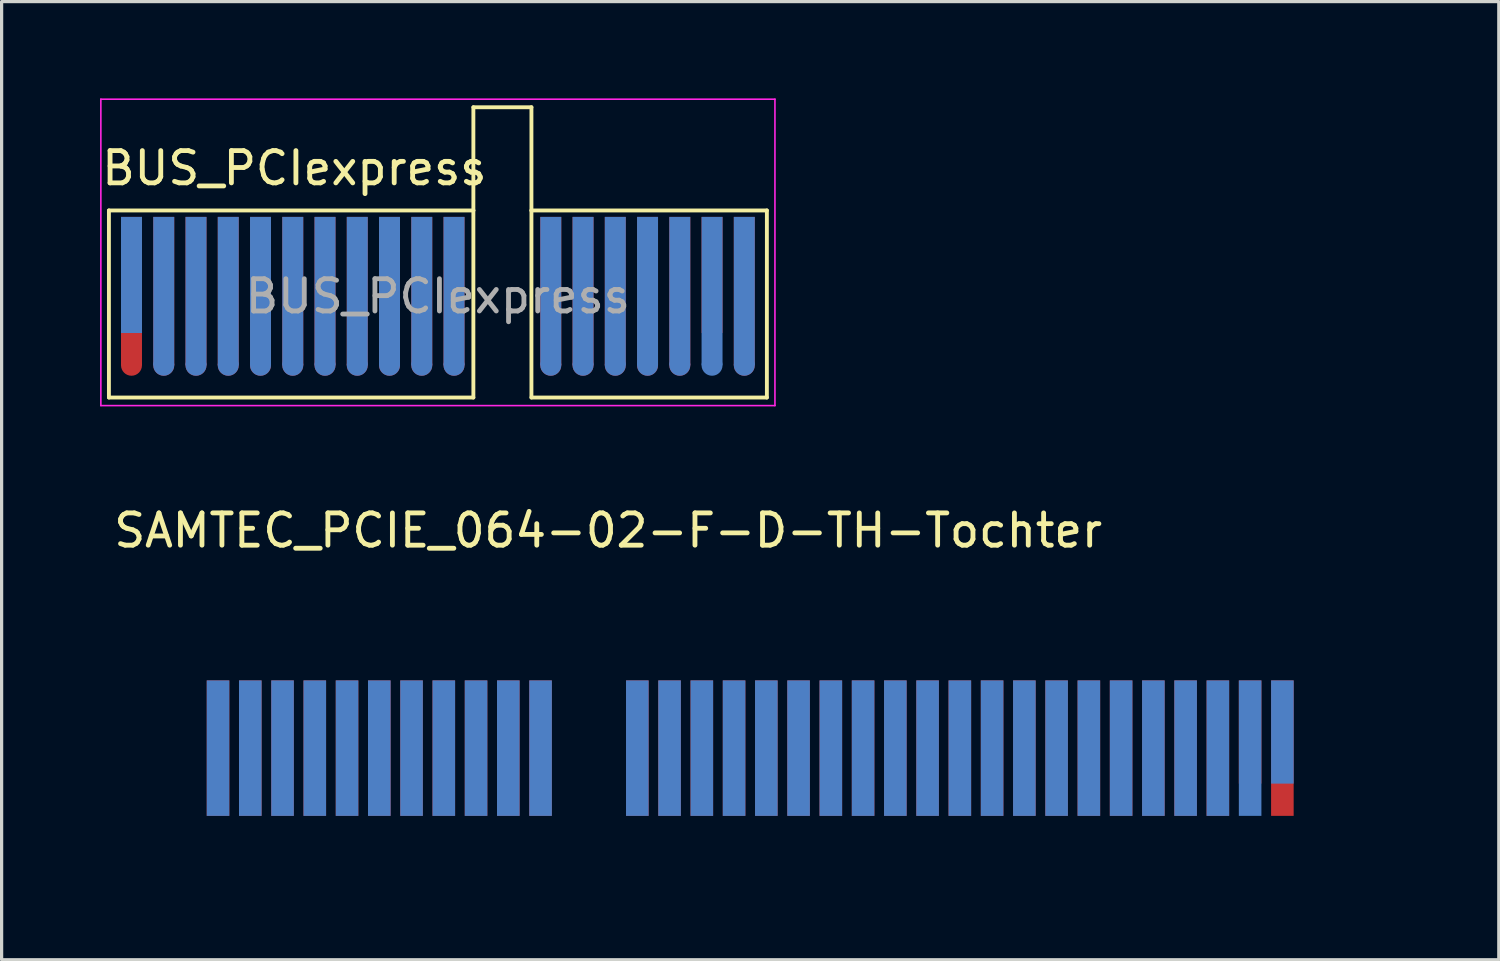
<source format=kicad_pcb>
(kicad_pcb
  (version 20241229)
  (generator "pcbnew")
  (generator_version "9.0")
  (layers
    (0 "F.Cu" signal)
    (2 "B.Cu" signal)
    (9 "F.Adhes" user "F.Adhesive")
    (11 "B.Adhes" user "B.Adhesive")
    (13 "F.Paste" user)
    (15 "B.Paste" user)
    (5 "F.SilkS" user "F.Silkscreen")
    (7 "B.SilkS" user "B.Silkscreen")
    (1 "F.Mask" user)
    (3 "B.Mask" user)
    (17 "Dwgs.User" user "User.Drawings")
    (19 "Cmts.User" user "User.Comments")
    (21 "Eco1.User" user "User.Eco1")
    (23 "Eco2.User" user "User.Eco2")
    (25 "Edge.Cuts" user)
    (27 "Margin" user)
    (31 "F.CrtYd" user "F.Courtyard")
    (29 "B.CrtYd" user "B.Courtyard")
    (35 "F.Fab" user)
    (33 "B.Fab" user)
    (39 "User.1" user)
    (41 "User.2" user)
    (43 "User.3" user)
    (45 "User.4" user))
  (footprint "SAMTEC_PCIE_064-02-F-D-TH-Tochter"
    (layer "F.Cu")
    (at 15.21 18.046)
    (property "Reference" "SAMTEC_PCIE_064-02-F-D-TH-Tochter" (at 0.597 -4.648 0) (layer "F.SilkS") (effects (font (size 1 1) (thickness 0.15))))
    (attr through_hole)
    (fp_line (start -12.15 -1.86) (end -15.15 -1.86) (stroke (width 0.12) (type solid)) (layer "Eco1.User"))
    (fp_line (start -12.15 5.6) (end -12.15 -1.86) (stroke (width 0.12) (type solid)) (layer "Eco1.User"))
    (fp_line (start -0.95 -1.86) (end -0.95 5.6) (stroke (width 0.12) (type solid)) (layer "Eco1.User"))
    (fp_line (start -0.95 5.6) (end -12.15 5.6) (stroke (width 0.12) (type solid)) (layer "Eco1.User"))
    (fp_line (start 0.95 -1.86) (end 0.95 5.6) (stroke (width 0.12) (type solid)) (layer "Eco1.User"))
    (fp_line (start 0.95 5.6) (end 22.15 5.588) (stroke (width 0.12) (type solid)) (layer "Eco1.User"))
    (fp_line (start 22.15 -1.86) (end 25.15 -1.86) (stroke (width 0.12) (type solid)) (layer "Eco1.User"))
    (fp_line (start 22.15 5.6) (end 22.15 -1.86) (stroke (width 0.12) (type solid)) (layer "Eco1.User"))
    (fp_arc (start -0.95 -1.86) (mid 0 -2.81) (end 0.95 -1.86) (stroke (width 0.12) (type solid)) (layer "Eco1.User"))
    (pad "A1" connect rect (at -11.5 2.1) (size 0.7 4.2) (layers "F.Mask" "B.Cu"))
    (pad "A2" connect rect (at -10.5 2.1) (size 0.7 4.2) (layers "F.Mask" "B.Cu"))
    (pad "A3" connect rect (at -9.5 2.1) (size 0.7 4.2) (layers "F.Mask" "B.Cu"))
    (pad "A4" connect rect (at -8.5 2.1) (size 0.7 4.2) (layers "F.Mask" "B.Cu"))
    (pad "A5" connect rect (at -7.5 2.1) (size 0.7 4.2) (layers "F.Mask" "B.Cu"))
    (pad "A6" connect rect (at -6.5 2.1) (size 0.7 4.2) (layers "F.Mask" "B.Cu"))
    (pad "A7" connect rect (at -5.5 2.1) (size 0.7 4.2) (layers "F.Mask" "B.Cu"))
    (pad "A8" connect rect (at -4.5 2.1) (size 0.7 4.2) (layers "F.Mask" "B.Cu"))
    (pad "A9" connect rect (at -3.5 2.1) (size 0.7 4.2) (layers "F.Mask" "B.Cu"))
    (pad "A10" connect rect (at -2.5 2.1) (size 0.7 4.2) (layers "F.Mask" "B.Cu"))
    (pad "A11" connect rect (at -1.5 2.1) (size 0.7 4.2) (layers "F.Mask" "B.Cu"))
    (pad "A12" connect rect (at 1.5 2.1) (size 0.7 4.2) (layers "F.Mask" "B.Cu"))
    (pad "A13" connect rect (at 2.5 2.1) (size 0.7 4.2) (layers "F.Mask" "B.Cu"))
    (pad "A14" connect rect (at 3.5 2.1) (size 0.7 4.2) (layers "F.Mask" "B.Cu"))
    (pad "A15" connect rect (at 4.5 2.1) (size 0.7 4.2) (layers "F.Mask" "B.Cu"))
    (pad "A16" connect rect (at 5.5 2.1) (size 0.7 4.2) (layers "F.Mask" "B.Cu"))
    (pad "A17" connect rect (at 6.5 2.1) (size 0.7 4.2) (layers "F.Mask" "B.Cu"))
    (pad "A18" connect rect (at 7.5 2.1) (size 0.7 4.2) (layers "F.Mask" "B.Cu"))
    (pad "A19" connect rect (at 8.5 2.1) (size 0.7 4.2) (layers "F.Mask" "B.Cu"))
    (pad "A20" connect rect (at 9.5 2.1) (size 0.7 4.2) (layers "F.Mask" "B.Cu"))
    (pad "A21" connect rect (at 10.5 2.1) (size 0.7 4.2) (layers "F.Mask" "B.Cu"))
    (pad "A22" connect rect (at 11.5 2.1) (size 0.7 4.2) (layers "F.Mask" "B.Cu"))
    (pad "A23" connect rect (at 12.5 2.1) (size 0.7 4.2) (layers "F.Mask" "B.Cu"))
    (pad "A24" connect rect (at 13.5 2.1) (size 0.7 4.2) (layers "F.Mask" "B.Cu"))
    (pad "A25" connect rect (at 14.5 2.1) (size 0.7 4.2) (layers "F.Mask" "B.Cu"))
    (pad "A26" connect rect (at 15.5 2.1) (size 0.7 4.2) (layers "F.Mask" "B.Cu"))
    (pad "A27" connect rect (at 16.5 2.1) (size 0.7 4.2) (layers "F.Mask" "B.Cu"))
    (pad "A28" connect rect (at 17.5 2.1) (size 0.7 4.2) (layers "F.Mask" "B.Cu"))
    (pad "A29" connect rect (at 18.5 2.1) (size 0.7 4.2) (layers "F.Mask" "B.Cu"))
    (pad "A30" connect rect (at 19.5 2.1) (size 0.7 4.2) (layers "F.Mask" "B.Cu"))
    (pad "A31" connect rect (at 20.5 2.1) (size 0.7 4.2) (layers "F.Mask" "B.Cu"))
    (pad "A32" connect rect (at 21.5 1.6) (size 0.7 3.2) (layers "F.Mask" "B.Cu"))
    (pad "B1" connect rect (at -11.5 2.1) (size 0.7 4.2) (layers "F.Cu" "F.Mask"))
    (pad "B2" connect rect (at -10.5 2.1) (size 0.7 4.2) (layers "F.Cu" "F.Mask"))
    (pad "B3" connect rect (at -9.5 2.1) (size 0.7 4.2) (layers "F.Cu" "F.Mask"))
    (pad "B4" connect rect (at -8.5 2.1) (size 0.7 4.2) (layers "F.Cu" "F.Mask"))
    (pad "B5" connect rect (at -7.5 2.1) (size 0.7 4.2) (layers "F.Cu" "F.Mask"))
    (pad "B6" connect rect (at -6.5 2.1) (size 0.7 4.2) (layers "F.Cu" "F.Mask"))
    (pad "B7" connect rect (at -5.5 2.1) (size 0.7 4.2) (layers "F.Cu" "F.Mask"))
    (pad "B8" connect rect (at -4.5 2.1) (size 0.7 4.2) (layers "F.Cu" "F.Mask"))
    (pad "B9" connect rect (at -3.5 2.1) (size 0.7 4.2) (layers "F.Cu" "F.Mask"))
    (pad "B10" connect rect (at -2.5 2.1) (size 0.7 4.2) (layers "F.Cu" "F.Mask"))
    (pad "B11" connect rect (at -1.5 2.1) (size 0.7 4.2) (layers "F.Cu" "F.Mask"))
    (pad "B12" connect rect (at 1.5 2.1) (size 0.7 4.2) (layers "F.Cu" "F.Mask"))
    (pad "B13" connect rect (at 2.5 2.1) (size 0.7 4.2) (layers "F.Cu" "F.Mask"))
    (pad "B14" connect rect (at 3.5 2.1) (size 0.7 4.2) (layers "F.Cu" "F.Mask"))
    (pad "B15" connect rect (at 4.5 2.1) (size 0.7 4.2) (layers "F.Cu" "F.Mask"))
    (pad "B16" connect rect (at 5.5 2.1) (size 0.7 4.2) (layers "F.Cu" "F.Mask"))
    (pad "B17" connect rect (at 6.5 2.1) (size 0.7 4.2) (layers "F.Cu" "F.Mask"))
    (pad "B18" connect rect (at 7.5 2.1) (size 0.7 4.2) (layers "F.Cu" "F.Mask"))
    (pad "B19" connect rect (at 8.5 2.1) (size 0.7 4.2) (layers "F.Cu" "F.Mask"))
    (pad "B20" connect rect (at 9.5 2.1) (size 0.7 4.2) (layers "F.Cu" "F.Mask"))
    (pad "B21" connect rect (at 10.5 2.1) (size 0.7 4.2) (layers "F.Cu" "F.Mask"))
    (pad "B22" connect rect (at 11.5 2.1) (size 0.7 4.2) (layers "F.Cu" "F.Mask"))
    (pad "B23" connect rect (at 12.5 2.1) (size 0.7 4.2) (layers "F.Cu" "F.Mask"))
    (pad "B24" connect rect (at 13.5 2.1) (size 0.7 4.2) (layers "F.Cu" "F.Mask"))
    (pad "B25" connect rect (at 14.5 2.1) (size 0.7 4.2) (layers "F.Cu" "F.Mask"))
    (pad "B26" connect rect (at 15.5 2.1) (size 0.7 4.2) (layers "F.Cu" "F.Mask"))
    (pad "B27" connect rect (at 16.5 2.1) (size 0.7 4.2) (layers "F.Cu" "F.Mask"))
    (pad "B28" connect rect (at 17.5 2.1) (size 0.7 4.2) (layers "F.Cu" "F.Mask"))
    (pad "B29" connect rect (at 18.5 2.1) (size 0.7 4.2) (layers "F.Cu" "F.Mask"))
    (pad "B30" connect rect (at 19.5 2.1) (size 0.7 4.2) (layers "F.Cu" "F.Mask"))
    (pad "B31" connect rect (at 20.5 1.6) (size 0.7 3.2) (layers "F.Cu" "F.Mask"))
    (pad "B32" connect rect (at 21.5 2.1) (size 0.7 4.2) (layers "F.Cu" "F.Mask")))
  (footprint "BUS_PCIexpress"
    (layer "F.Cu")
    (at 1.027 5.475)
    (property "Reference" "BUS_PCIexpress" (at 5.05 -3.31 0) (layer "F.SilkS") (effects (font (size 1 1) (thickness 0.15))))
    (attr exclude_from_pos_files exclude_from_bom)
    (fp_line (start -0.7 -2) (end 10.6 -2) (stroke (width 0.12) (type solid)) (layer "F.SilkS"))
    (fp_line (start -0.7 3.8) (end -0.7 -2) (stroke (width 0.12) (type solid)) (layer "F.SilkS"))
    (fp_line (start 10.6 -5.2) (end 12.4 -5.2) (stroke (width 0.12) (type solid)) (layer "F.SilkS"))
    (fp_line (start 10.6 -2) (end 10.6 -5.2) (stroke (width 0.12) (type solid)) (layer "F.SilkS"))
    (fp_line (start 10.6 -2) (end 10.6 3.8) (stroke (width 0.12) (type solid)) (layer "F.SilkS"))
    (fp_line (start 10.6 3.8) (end -0.7 3.8) (stroke (width 0.12) (type solid)) (layer "F.SilkS"))
    (fp_line (start 12.4 -5.2) (end 12.4 -2) (stroke (width 0.12) (type solid)) (layer "F.SilkS"))
    (fp_line (start 12.4 -2) (end 12.4 3.8) (stroke (width 0.12) (type solid)) (layer "F.SilkS"))
    (fp_line (start 12.4 3.8) (end 19.7 3.8) (stroke (width 0.12) (type solid)) (layer "F.SilkS"))
    (fp_line (start 19.7 -2) (end 12.4 -2) (stroke (width 0.12) (type solid)) (layer "F.SilkS"))
    (fp_line (start 19.7 -2) (end 19.7 3.8) (stroke (width 0.12) (type solid)) (layer "F.SilkS"))
    (fp_line (start -0.95 -5.45) (end -0.95 4.05) (stroke (width 0.05) (type solid)) (layer "F.CrtYd"))
    (fp_line (start -0.95 -5.45) (end 19.95 -5.45) (stroke (width 0.05) (type solid)) (layer "F.CrtYd"))
    (fp_line (start 19.95 4.05) (end -0.95 4.05) (stroke (width 0.05) (type solid)) (layer "F.CrtYd"))
    (fp_line (start 19.95 4.05) (end 19.95 -5.45) (stroke (width 0.05) (type solid)) (layer "F.CrtYd"))
    (fp_text user "${REFERENCE}" (at 9.5 0.662 0) (layer "F.Fab") (effects (font (size 1 1) (thickness 0.15))))
    (pad "" connect circle (at 0 2.8) (size 0.65 0.65) (layers "F.Cu" "F.Mask"))
    (pad "" connect circle (at 1 2.8) (size 0.65 0.65) (layers "F.Cu" "F.Mask"))
    (pad "" connect oval (at 1 2.8 90) (size 0.65 0.65) (layers "B.Cu" "B.Mask"))
    (pad "" connect circle (at 2 2.8) (size 0.65 0.65) (layers "F.Cu" "F.Mask"))
    (pad "" connect oval (at 2 2.8 90) (size 0.65 0.65) (layers "B.Cu" "B.Mask"))
    (pad "" connect circle (at 3 2.8) (size 0.65 0.65) (layers "F.Cu" "F.Mask"))
    (pad "" connect oval (at 3 2.8 90) (size 0.65 0.65) (layers "B.Cu" "B.Mask"))
    (pad "" connect circle (at 4 2.8) (size 0.65 0.65) (layers "F.Cu" "F.Mask"))
    (pad "" connect oval (at 4 2.8 90) (size 0.65 0.65) (layers "B.Cu" "B.Mask"))
    (pad "" connect circle (at 5 2.8) (size 0.65 0.65) (layers "F.Cu" "F.Mask"))
    (pad "" connect oval (at 5 2.8 90) (size 0.65 0.65) (layers "B.Cu" "B.Mask"))
    (pad "" connect circle (at 6 2.8) (size 0.65 0.65) (layers "F.Cu" "F.Mask"))
    (pad "" connect oval (at 6 2.8 90) (size 0.65 0.65) (layers "B.Cu" "B.Mask"))
    (pad "" connect circle (at 7 2.8) (size 0.65 0.65) (layers "F.Cu" "F.Mask"))
    (pad "" connect oval (at 7 2.8 90) (size 0.65 0.65) (layers "B.Cu" "B.Mask"))
    (pad "" connect circle (at 8 2.8) (size 0.65 0.65) (layers "F.Cu" "F.Mask"))
    (pad "" connect oval (at 8 2.8 90) (size 0.65 0.65) (layers "B.Cu" "B.Mask"))
    (pad "" connect circle (at 9 2.8) (size 0.65 0.65) (layers "F.Cu" "F.Mask"))
    (pad "" connect oval (at 9 2.8 90) (size 0.65 0.65) (layers "B.Cu" "B.Mask"))
    (pad "" connect circle (at 10 2.8) (size 0.65 0.65) (layers "F.Cu" "F.Mask"))
    (pad "" connect oval (at 10 2.8 90) (size 0.65 0.65) (layers "B.Cu" "B.Mask"))
    (pad "" connect circle (at 13 2.8) (size 0.65 0.65) (layers "F.Cu" "F.Mask"))
    (pad "" connect oval (at 13 2.8 90) (size 0.65 0.65) (layers "B.Cu" "B.Mask"))
    (pad "" connect circle (at 14 2.8) (size 0.65 0.65) (layers "F.Cu" "F.Mask"))
    (pad "" connect oval (at 14 2.8 90) (size 0.65 0.65) (layers "B.Cu" "B.Mask"))
    (pad "" connect circle (at 15 2.8) (size 0.65 0.65) (layers "F.Cu" "F.Mask"))
    (pad "" connect oval (at 15 2.8 90) (size 0.65 0.65) (layers "B.Cu" "B.Mask"))
    (pad "" connect circle (at 16 2.8) (size 0.65 0.65) (layers "F.Cu" "F.Mask"))
    (pad "" connect oval (at 16 2.8 90) (size 0.65 0.65) (layers "B.Cu" "B.Mask"))
    (pad "" connect circle (at 17 2.8) (size 0.65 0.65) (layers "F.Cu" "F.Mask"))
    (pad "" connect oval (at 17 2.8 90) (size 0.65 0.65) (layers "B.Cu" "B.Mask"))
    (pad "" connect oval (at 18 2.8 90) (size 0.65 0.65) (layers "B.Cu" "B.Mask"))
    (pad "" connect circle (at 19 2.8) (size 0.65 0.65) (layers "F.Cu" "F.Mask"))
    (pad "" connect oval (at 19 2.8 90) (size 0.65 0.65) (layers "B.Cu" "B.Mask"))
    (pad "A1" connect rect (at 0 0) (size 0.65 3.6) (layers "B.Cu" "B.Mask"))
    (pad "A2" connect rect (at 1 0.5) (size 0.65 4.6) (layers "B.Cu" "B.Mask"))
    (pad "A3" connect rect (at 2 0.5) (size 0.65 4.6) (layers "B.Cu" "B.Mask"))
    (pad "A4" connect rect (at 3 0.5) (size 0.65 4.6) (layers "B.Cu" "B.Mask"))
    (pad "A5" connect rect (at 4 0.5) (size 0.65 4.6) (layers "B.Cu" "B.Mask"))
    (pad "A6" connect rect (at 5 0.5) (size 0.65 4.6) (layers "B.Cu" "B.Mask"))
    (pad "A7" connect rect (at 6 0.5) (size 0.65 4.6) (layers "B.Cu" "B.Mask"))
    (pad "A8" connect rect (at 7 0.5) (size 0.65 4.6) (layers "B.Cu" "B.Mask"))
    (pad "A9" connect rect (at 8 0.5) (size 0.65 4.6) (layers "B.Cu" "B.Mask"))
    (pad "A10" connect rect (at 9 0.5) (size 0.65 4.6) (layers "B.Cu" "B.Mask"))
    (pad "A11" connect rect (at 10 0.5) (size 0.65 4.6) (layers "B.Cu" "B.Mask"))
    (pad "A12" connect rect (at 13 0.5) (size 0.65 4.6) (layers "B.Cu" "B.Mask"))
    (pad "A13" connect rect (at 14 0.5) (size 0.65 4.6) (layers "B.Cu" "B.Mask"))
    (pad "A14" connect rect (at 15 0.5) (size 0.65 4.6) (layers "B.Cu" "B.Mask"))
    (pad "A15" connect rect (at 16 0.5) (size 0.65 4.6) (layers "B.Cu" "B.Mask"))
    (pad "A16" connect rect (at 17 0.5) (size 0.65 4.6) (layers "B.Cu" "B.Mask"))
    (pad "A17" connect rect (at 18 0.5) (size 0.65 4.6) (layers "B.Cu" "B.Mask"))
    (pad "A18" connect rect (at 19 0.5) (size 0.65 4.6) (layers "B.Cu" "B.Mask"))
    (pad "B1" connect rect (at 0 0.5) (size 0.65 4.6) (layers "F.Cu" "F.Mask"))
    (pad "B2" connect rect (at 1 0.5) (size 0.65 4.6) (layers "F.Cu" "F.Mask"))
    (pad "B3" connect rect (at 2 0.5) (size 0.65 4.6) (layers "F.Cu" "F.Mask"))
    (pad "B4" connect rect (at 3 0.5) (size 0.65 4.6) (layers "F.Cu" "F.Mask"))
    (pad "B5" connect rect (at 4 0.5) (size 0.65 4.6) (layers "F.Cu" "F.Mask"))
    (pad "B6" connect rect (at 5 0.5) (size 0.65 4.6) (layers "F.Cu" "F.Mask"))
    (pad "B7" connect rect (at 6 0.5) (size 0.65 4.6) (layers "F.Cu" "F.Mask"))
    (pad "B8" connect rect (at 7 0.5) (size 0.65 4.6) (layers "F.Cu" "F.Mask"))
    (pad "B9" connect rect (at 8 0.5) (size 0.65 4.6) (layers "F.Cu" "F.Mask"))
    (pad "B10" connect rect (at 9 0.5) (size 0.65 4.6) (layers "F.Cu" "F.Mask"))
    (pad "B11" connect rect (at 10 0.5) (size 0.65 4.6) (layers "F.Cu" "F.Mask"))
    (pad "B12" connect rect (at 13 0.5) (size 0.65 4.6) (layers "F.Cu" "F.Mask"))
    (pad "B13" connect rect (at 14 0.5) (size 0.65 4.6) (layers "F.Cu" "F.Mask"))
    (pad "B14" connect rect (at 15 0.5) (size 0.65 4.6) (layers "F.Cu" "F.Mask"))
    (pad "B15" connect rect (at 16 0.5) (size 0.65 4.6) (layers "F.Cu" "F.Mask"))
    (pad "B16" connect rect (at 17 0.5) (size 0.65 4.6) (layers "F.Cu" "F.Mask"))
    (pad "B17" connect rect (at 18 0) (size 0.65 3.6) (layers "F.Cu" "F.Mask"))
    (pad "B18" connect rect (at 19 0.5) (size 0.65 4.6) (layers "F.Cu" "F.Mask")))
  (gr_rect
    (start -3 -3)
    (end 43.42 26.706)
    (stroke (width 0.1) (type default))
    (fill no)
    (layer "Edge.Cuts")))
</source>
